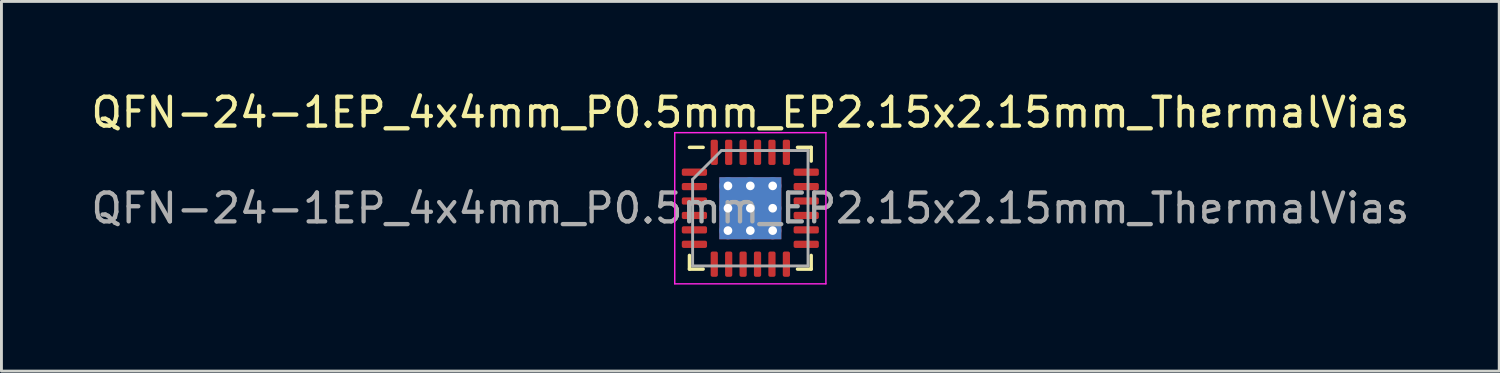
<source format=kicad_pcb>
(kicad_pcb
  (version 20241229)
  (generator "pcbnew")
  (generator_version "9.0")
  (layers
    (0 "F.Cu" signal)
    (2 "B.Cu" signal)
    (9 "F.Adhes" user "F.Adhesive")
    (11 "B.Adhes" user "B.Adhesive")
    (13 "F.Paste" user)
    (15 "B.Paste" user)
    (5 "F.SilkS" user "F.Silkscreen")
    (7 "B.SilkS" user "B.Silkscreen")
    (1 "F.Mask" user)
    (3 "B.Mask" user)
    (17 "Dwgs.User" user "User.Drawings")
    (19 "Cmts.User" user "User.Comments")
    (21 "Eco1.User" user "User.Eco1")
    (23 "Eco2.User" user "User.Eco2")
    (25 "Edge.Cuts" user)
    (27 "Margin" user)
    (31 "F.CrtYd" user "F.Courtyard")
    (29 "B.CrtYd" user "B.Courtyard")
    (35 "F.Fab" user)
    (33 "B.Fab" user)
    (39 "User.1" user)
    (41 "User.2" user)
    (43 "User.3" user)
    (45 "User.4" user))
  (footprint "QFN-24-1EP_4x4mm_P0.5mm_EP2.15x2.15mm_ThermalVias"
    (layer "F.Cu")
    (at 22.958 4.168)
    (property "Reference" "QFN-24-1EP_4x4mm_P0.5mm_EP2.15x2.15mm_ThermalVias" (at 0 -3.32 0) (layer "F.SilkS") (effects (font (size 1 1) (thickness 0.15))))
    (attr smd)
    (fp_line (start -2.11 2.11) (end -2.11 1.635) (stroke (width 0.12) (type solid)) (layer "F.SilkS"))
    (fp_line (start -1.635 -2.11) (end -2.11 -2.11) (stroke (width 0.12) (type solid)) (layer "F.SilkS"))
    (fp_line (start -1.635 2.11) (end -2.11 2.11) (stroke (width 0.12) (type solid)) (layer "F.SilkS"))
    (fp_line (start 1.635 -2.11) (end 2.11 -2.11) (stroke (width 0.12) (type solid)) (layer "F.SilkS"))
    (fp_line (start 1.635 2.11) (end 2.11 2.11) (stroke (width 0.12) (type solid)) (layer "F.SilkS"))
    (fp_line (start 2.11 -2.11) (end 2.11 -1.635) (stroke (width 0.12) (type solid)) (layer "F.SilkS"))
    (fp_line (start 2.11 2.11) (end 2.11 1.635) (stroke (width 0.12) (type solid)) (layer "F.SilkS"))
    (fp_line (start -2.62 -2.62) (end -2.62 2.62) (stroke (width 0.05) (type solid)) (layer "F.CrtYd"))
    (fp_line (start -2.62 2.62) (end 2.62 2.62) (stroke (width 0.05) (type solid)) (layer "F.CrtYd"))
    (fp_line (start 2.62 -2.62) (end -2.62 -2.62) (stroke (width 0.05) (type solid)) (layer "F.CrtYd"))
    (fp_line (start 2.62 2.62) (end 2.62 -2.62) (stroke (width 0.05) (type solid)) (layer "F.CrtYd"))
    (fp_line (start -2 -1) (end -1 -2) (stroke (width 0.1) (type solid)) (layer "F.Fab"))
    (fp_line (start -2 2) (end -2 -1) (stroke (width 0.1) (type solid)) (layer "F.Fab"))
    (fp_line (start -1 -2) (end 2 -2) (stroke (width 0.1) (type solid)) (layer "F.Fab"))
    (fp_line (start 2 -2) (end 2 2) (stroke (width 0.1) (type solid)) (layer "F.Fab"))
    (fp_line (start 2 2) (end -2 2) (stroke (width 0.1) (type solid)) (layer "F.Fab"))
    (fp_text user "${REFERENCE}" (at 0 0 0) (layer "F.Fab") (effects (font (size 1 1) (thickness 0.15))))
    (pad "" smd roundrect (at -0.54 -0.54) (size 0.87 0.87) (layers "F.Paste") (roundrect_rratio 0.25))
    (pad "" smd roundrect (at -0.54 0.54) (size 0.87 0.87) (layers "F.Paste") (roundrect_rratio 0.25))
    (pad "" smd roundrect (at 0.54 -0.54) (size 0.87 0.87) (layers "F.Paste") (roundrect_rratio 0.25))
    (pad "" smd roundrect (at 0.54 0.54) (size 0.87 0.87) (layers "F.Paste") (roundrect_rratio 0.25))
    (pad "1" smd roundrect (at -1.938 -1.25) (size 0.875 0.25) (layers "F.Cu" "F.Mask" "F.Paste") (roundrect_rratio 0.25))
    (pad "2" smd roundrect (at -1.938 -0.75) (size 0.875 0.25) (layers "F.Cu" "F.Mask" "F.Paste") (roundrect_rratio 0.25))
    (pad "3" smd roundrect (at -1.938 -0.25) (size 0.875 0.25) (layers "F.Cu" "F.Mask" "F.Paste") (roundrect_rratio 0.25))
    (pad "4" smd roundrect (at -1.938 0.25) (size 0.875 0.25) (layers "F.Cu" "F.Mask" "F.Paste") (roundrect_rratio 0.25))
    (pad "5" smd roundrect (at -1.938 0.75) (size 0.875 0.25) (layers "F.Cu" "F.Mask" "F.Paste") (roundrect_rratio 0.25))
    (pad "6" smd roundrect (at -1.938 1.25) (size 0.875 0.25) (layers "F.Cu" "F.Mask" "F.Paste") (roundrect_rratio 0.25))
    (pad "7" smd roundrect (at -1.25 1.938) (size 0.25 0.875) (layers "F.Cu" "F.Mask" "F.Paste") (roundrect_rratio 0.25))
    (pad "8" smd roundrect (at -0.75 1.938) (size 0.25 0.875) (layers "F.Cu" "F.Mask" "F.Paste") (roundrect_rratio 0.25))
    (pad "9" smd roundrect (at -0.25 1.938) (size 0.25 0.875) (layers "F.Cu" "F.Mask" "F.Paste") (roundrect_rratio 0.25))
    (pad "10" smd roundrect (at 0.25 1.938) (size 0.25 0.875) (layers "F.Cu" "F.Mask" "F.Paste") (roundrect_rratio 0.25))
    (pad "11" smd roundrect (at 0.75 1.938) (size 0.25 0.875) (layers "F.Cu" "F.Mask" "F.Paste") (roundrect_rratio 0.25))
    (pad "12" smd roundrect (at 1.25 1.938) (size 0.25 0.875) (layers "F.Cu" "F.Mask" "F.Paste") (roundrect_rratio 0.25))
    (pad "13" smd roundrect (at 1.938 1.25) (size 0.875 0.25) (layers "F.Cu" "F.Mask" "F.Paste") (roundrect_rratio 0.25))
    (pad "14" smd roundrect (at 1.938 0.75) (size 0.875 0.25) (layers "F.Cu" "F.Mask" "F.Paste") (roundrect_rratio 0.25))
    (pad "15" smd roundrect (at 1.938 0.25) (size 0.875 0.25) (layers "F.Cu" "F.Mask" "F.Paste") (roundrect_rratio 0.25))
    (pad "16" smd roundrect (at 1.938 -0.25) (size 0.875 0.25) (layers "F.Cu" "F.Mask" "F.Paste") (roundrect_rratio 0.25))
    (pad "17" smd roundrect (at 1.938 -0.75) (size 0.875 0.25) (layers "F.Cu" "F.Mask" "F.Paste") (roundrect_rratio 0.25))
    (pad "18" smd roundrect (at 1.938 -1.25) (size 0.875 0.25) (layers "F.Cu" "F.Mask" "F.Paste") (roundrect_rratio 0.25))
    (pad "19" smd roundrect (at 1.25 -1.938) (size 0.25 0.875) (layers "F.Cu" "F.Mask" "F.Paste") (roundrect_rratio 0.25))
    (pad "20" smd roundrect (at 0.75 -1.938) (size 0.25 0.875) (layers "F.Cu" "F.Mask" "F.Paste") (roundrect_rratio 0.25))
    (pad "21" smd roundrect (at 0.25 -1.938) (size 0.25 0.875) (layers "F.Cu" "F.Mask" "F.Paste") (roundrect_rratio 0.25))
    (pad "22" smd roundrect (at -0.25 -1.938) (size 0.25 0.875) (layers "F.Cu" "F.Mask" "F.Paste") (roundrect_rratio 0.25))
    (pad "23" smd roundrect (at -0.75 -1.938) (size 0.25 0.875) (layers "F.Cu" "F.Mask" "F.Paste") (roundrect_rratio 0.25))
    (pad "24" smd roundrect (at -1.25 -1.938) (size 0.25 0.875) (layers "F.Cu" "F.Mask" "F.Paste") (roundrect_rratio 0.25))
    (pad "25" thru_hole circle (at -0.775 -0.775) (size 0.6 0.6) (drill 0.3) (layers "*.Cu"))
    (pad "25" thru_hole circle (at -0.775 0) (size 0.6 0.6) (drill 0.3) (layers "*.Cu"))
    (pad "25" thru_hole circle (at -0.775 0.775) (size 0.6 0.6) (drill 0.3) (layers "*.Cu"))
    (pad "25" thru_hole circle (at 0 -0.775) (size 0.6 0.6) (drill 0.3) (layers "*.Cu"))
    (pad "25" thru_hole circle (at 0 0) (size 0.6 0.6) (drill 0.3) (layers "*.Cu"))
    (pad "25" smd rect (at 0 0) (size 2.15 2.15) (layers "F.Cu" "F.Mask"))
    (pad "25" smd rect (at 0 0) (size 2.15 2.15) (layers "B.Cu"))
    (pad "25" thru_hole circle (at 0 0.775) (size 0.6 0.6) (drill 0.3) (layers "*.Cu"))
    (pad "25" thru_hole circle (at 0.775 -0.775) (size 0.6 0.6) (drill 0.3) (layers "*.Cu"))
    (pad "25" thru_hole circle (at 0.775 0) (size 0.6 0.6) (drill 0.3) (layers "*.Cu"))
    (pad "25" thru_hole circle (at 0.775 0.775) (size 0.6 0.6) (drill 0.3) (layers "*.Cu")))
  (gr_rect
    (start -3 -3)
    (end 48.917 9.813)
    (stroke (width 0.1) (type default))
    (fill no)
    (layer "Edge.Cuts")))
</source>
